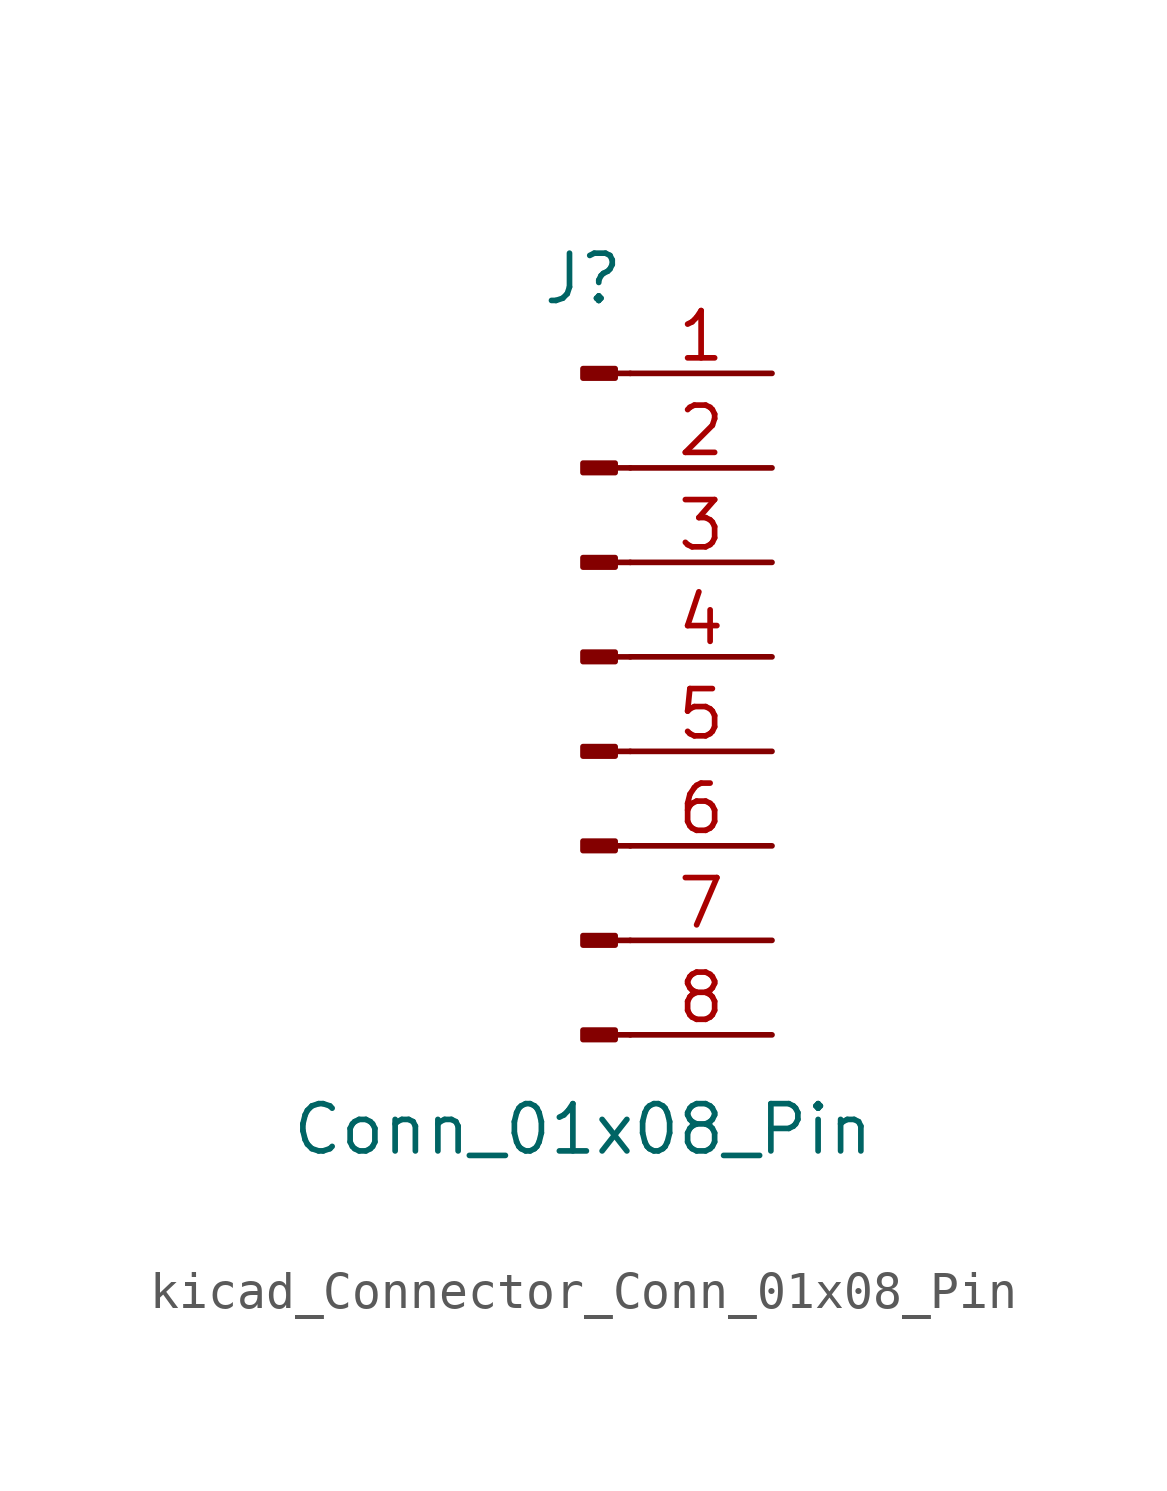
<source format=kicad_sym>
(kicad_symbol_lib
  (version 20220914)
  (generator kicad_symbol_editor)
  (symbol "kicad_Connector_Conn_01x08_Pin"
    (pin_names
      (offset 1.016) hide)
    (property "Reference" "J"
      (at 0 10.16 0)
      (effects (font (size 1.27 1.27))))
    (property "Value" "Conn_01x08_Pin"
      (at 0 -12.7 0)
      (effects (font (size 1.27 1.27))))
    (property "ki_locked" ""
      (at 0 0 0)
      (effects (font (size 1.27 1.27))))
    (symbol "kicad_Connector_Conn_01x08_Pin_1_1"
      (polyline (pts (xy 1.27 -10.16) (xy 0.864 -10.16)) (stroke (width 0.152) (type default)) (fill (type none)))
      (polyline (pts (xy 1.27 -7.62) (xy 0.864 -7.62)) (stroke (width 0.152) (type default)) (fill (type none)))
      (polyline (pts (xy 1.27 -5.08) (xy 0.864 -5.08)) (stroke (width 0.152) (type default)) (fill (type none)))
      (polyline (pts (xy 1.27 -2.54) (xy 0.864 -2.54)) (stroke (width 0.152) (type default)) (fill (type none)))
      (polyline (pts (xy 1.27 0) (xy 0.864 0)) (stroke (width 0.152) (type default)) (fill (type none)))
      (polyline (pts (xy 1.27 2.54) (xy 0.864 2.54)) (stroke (width 0.152) (type default)) (fill (type none)))
      (polyline (pts (xy 1.27 5.08) (xy 0.864 5.08)) (stroke (width 0.152) (type default)) (fill (type none)))
      (polyline (pts (xy 1.27 7.62) (xy 0.864 7.62)) (stroke (width 0.152) (type default)) (fill (type none)))
      (rectangle (start 0.864 -10.033) (end 0 -10.287) (stroke (width 0.152) (type default)) (fill (type outline)))
      (rectangle (start 0.864 -7.493) (end 0 -7.747) (stroke (width 0.152) (type default)) (fill (type outline)))
      (rectangle (start 0.864 -4.953) (end 0 -5.207) (stroke (width 0.152) (type default)) (fill (type outline)))
      (rectangle (start 0.864 -2.413) (end 0 -2.667) (stroke (width 0.152) (type default)) (fill (type outline)))
      (rectangle (start 0.864 0.127) (end 0 -0.127) (stroke (width 0.152) (type default)) (fill (type outline)))
      (rectangle (start 0.864 2.667) (end 0 2.413) (stroke (width 0.152) (type default)) (fill (type outline)))
      (rectangle (start 0.864 5.207) (end 0 4.953) (stroke (width 0.152) (type default)) (fill (type outline)))
      (rectangle (start 0.864 7.747) (end 0 7.493) (stroke (width 0.152) (type default)) (fill (type outline)))
      (pin passive line (at 5.08 7.62 180) (length 3.81) (name "Pin_1" (effects (font (size 1.27 1.27)))) (number "1" (effects (font (size 1.27 1.27)))))
      (pin passive line (at 5.08 5.08 180) (length 3.81) (name "Pin_2" (effects (font (size 1.27 1.27)))) (number "2" (effects (font (size 1.27 1.27)))))
      (pin passive line (at 5.08 2.54 180) (length 3.81) (name "Pin_3" (effects (font (size 1.27 1.27)))) (number "3" (effects (font (size 1.27 1.27)))))
      (pin passive line (at 5.08 0 180) (length 3.81) (name "Pin_4" (effects (font (size 1.27 1.27)))) (number "4" (effects (font (size 1.27 1.27)))))
      (pin passive line (at 5.08 -2.54 180) (length 3.81) (name "Pin_5" (effects (font (size 1.27 1.27)))) (number "5" (effects (font (size 1.27 1.27)))))
      (pin passive line (at 5.08 -5.08 180) (length 3.81) (name "Pin_6" (effects (font (size 1.27 1.27)))) (number "6" (effects (font (size 1.27 1.27)))))
      (pin passive line (at 5.08 -7.62 180) (length 3.81) (name "Pin_7" (effects (font (size 1.27 1.27)))) (number "7" (effects (font (size 1.27 1.27)))))
      (pin passive line (at 5.08 -10.16 180) (length 3.81) (name "Pin_8" (effects (font (size 1.27 1.27)))) (number "8" (effects (font (size 1.27 1.27))))))))
</source>
